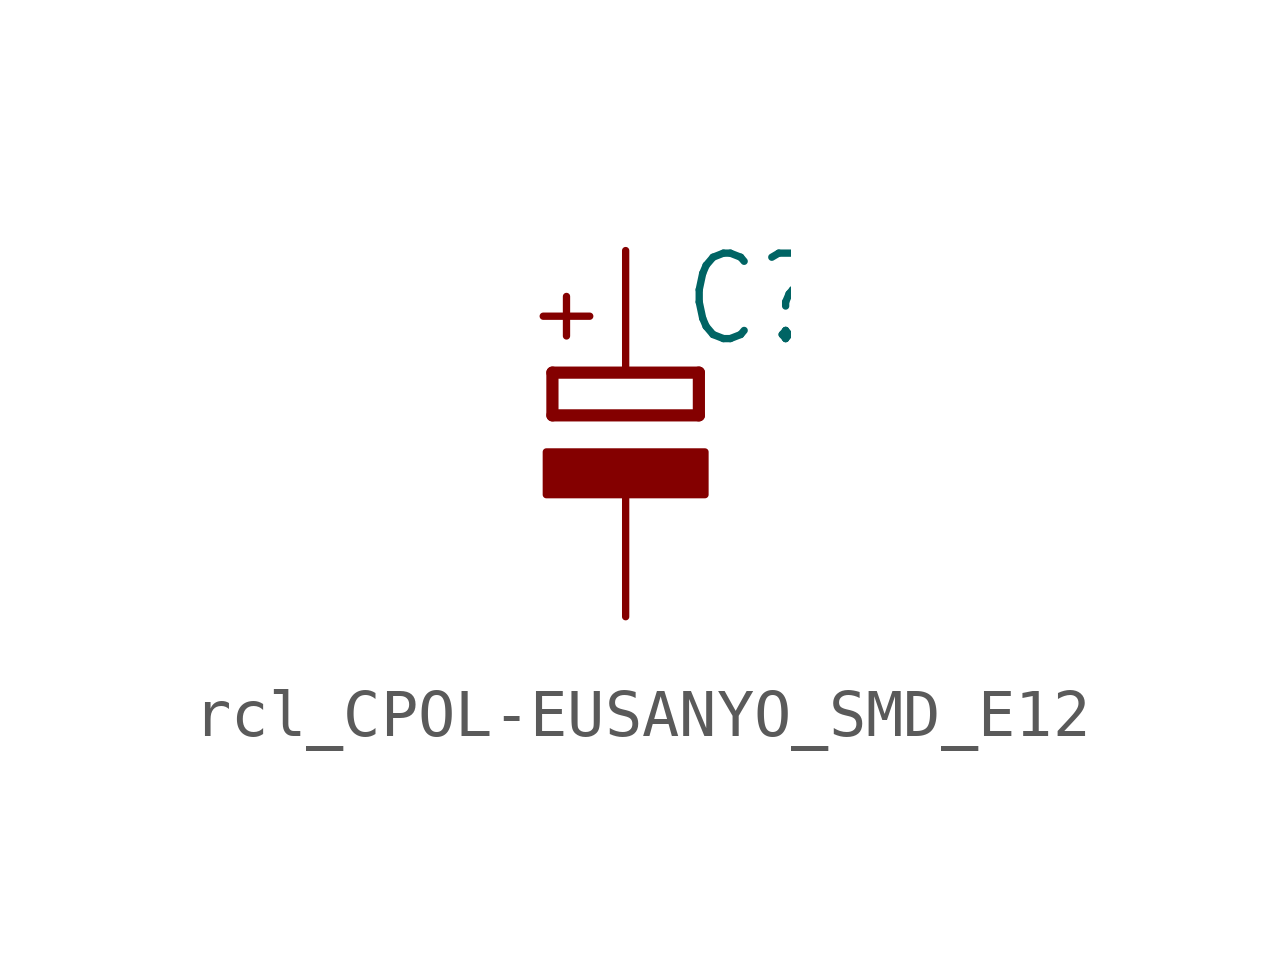
<source format=kicad_sym>
(kicad_symbol_lib
  (version 20241209)
  (generator "kicad_symbol_editor")
  (generator_version "9.0")
  (symbol "rcl_CPOL-EUSANYO_SMD_E12"
    (property "Reference" "C"
      (at 1.143 0.483 0)
      (effects (font (size 1.778 1.511)) (justify left bottom)))
    (property "Value" ""
      (at 1.143 -4.597 0)
      (effects (font (size 1.778 1.511)) (justify left bottom)))
    (property "ki_locked" ""
      (at 0 0 0)
      (effects (font (size 1.27 1.27))))
    (symbol "rcl_CPOL-EUSANYO_SMD_E12_1_0"
      (rectangle (start -1.651 -2.54) (end 1.651 -1.651) (stroke (width 0) (type default)) (fill (type outline)))
      (polyline (pts (xy -1.524 0) (xy -1.524 -0.889)) (stroke (width 0.254) (type solid)) (fill (type none)))
      (polyline (pts (xy -1.524 0) (xy 1.524 0)) (stroke (width 0.254) (type solid)) (fill (type none)))
      (polyline (pts (xy -1.524 -0.889) (xy 1.524 -0.889)) (stroke (width 0.254) (type solid)) (fill (type none)))
      (polyline (pts (xy 1.524 -0.889) (xy 1.524 0)) (stroke (width 0.254) (type solid)) (fill (type none)))
      (text "+" (at -0.584 0.406 900) (effects (font (size 1.27 1.079)) (justify left bottom)))
      (pin passive line (at 0 2.54 270) (length 2.54) (name "+" (effects (font (size 0 0)))) (number "+" (effects (font (size 0 0)))))
      (pin passive line (at 0 -5.08 90) (length 2.54) (name "-" (effects (font (size 0 0)))) (number "-" (effects (font (size 0 0))))))))
</source>
